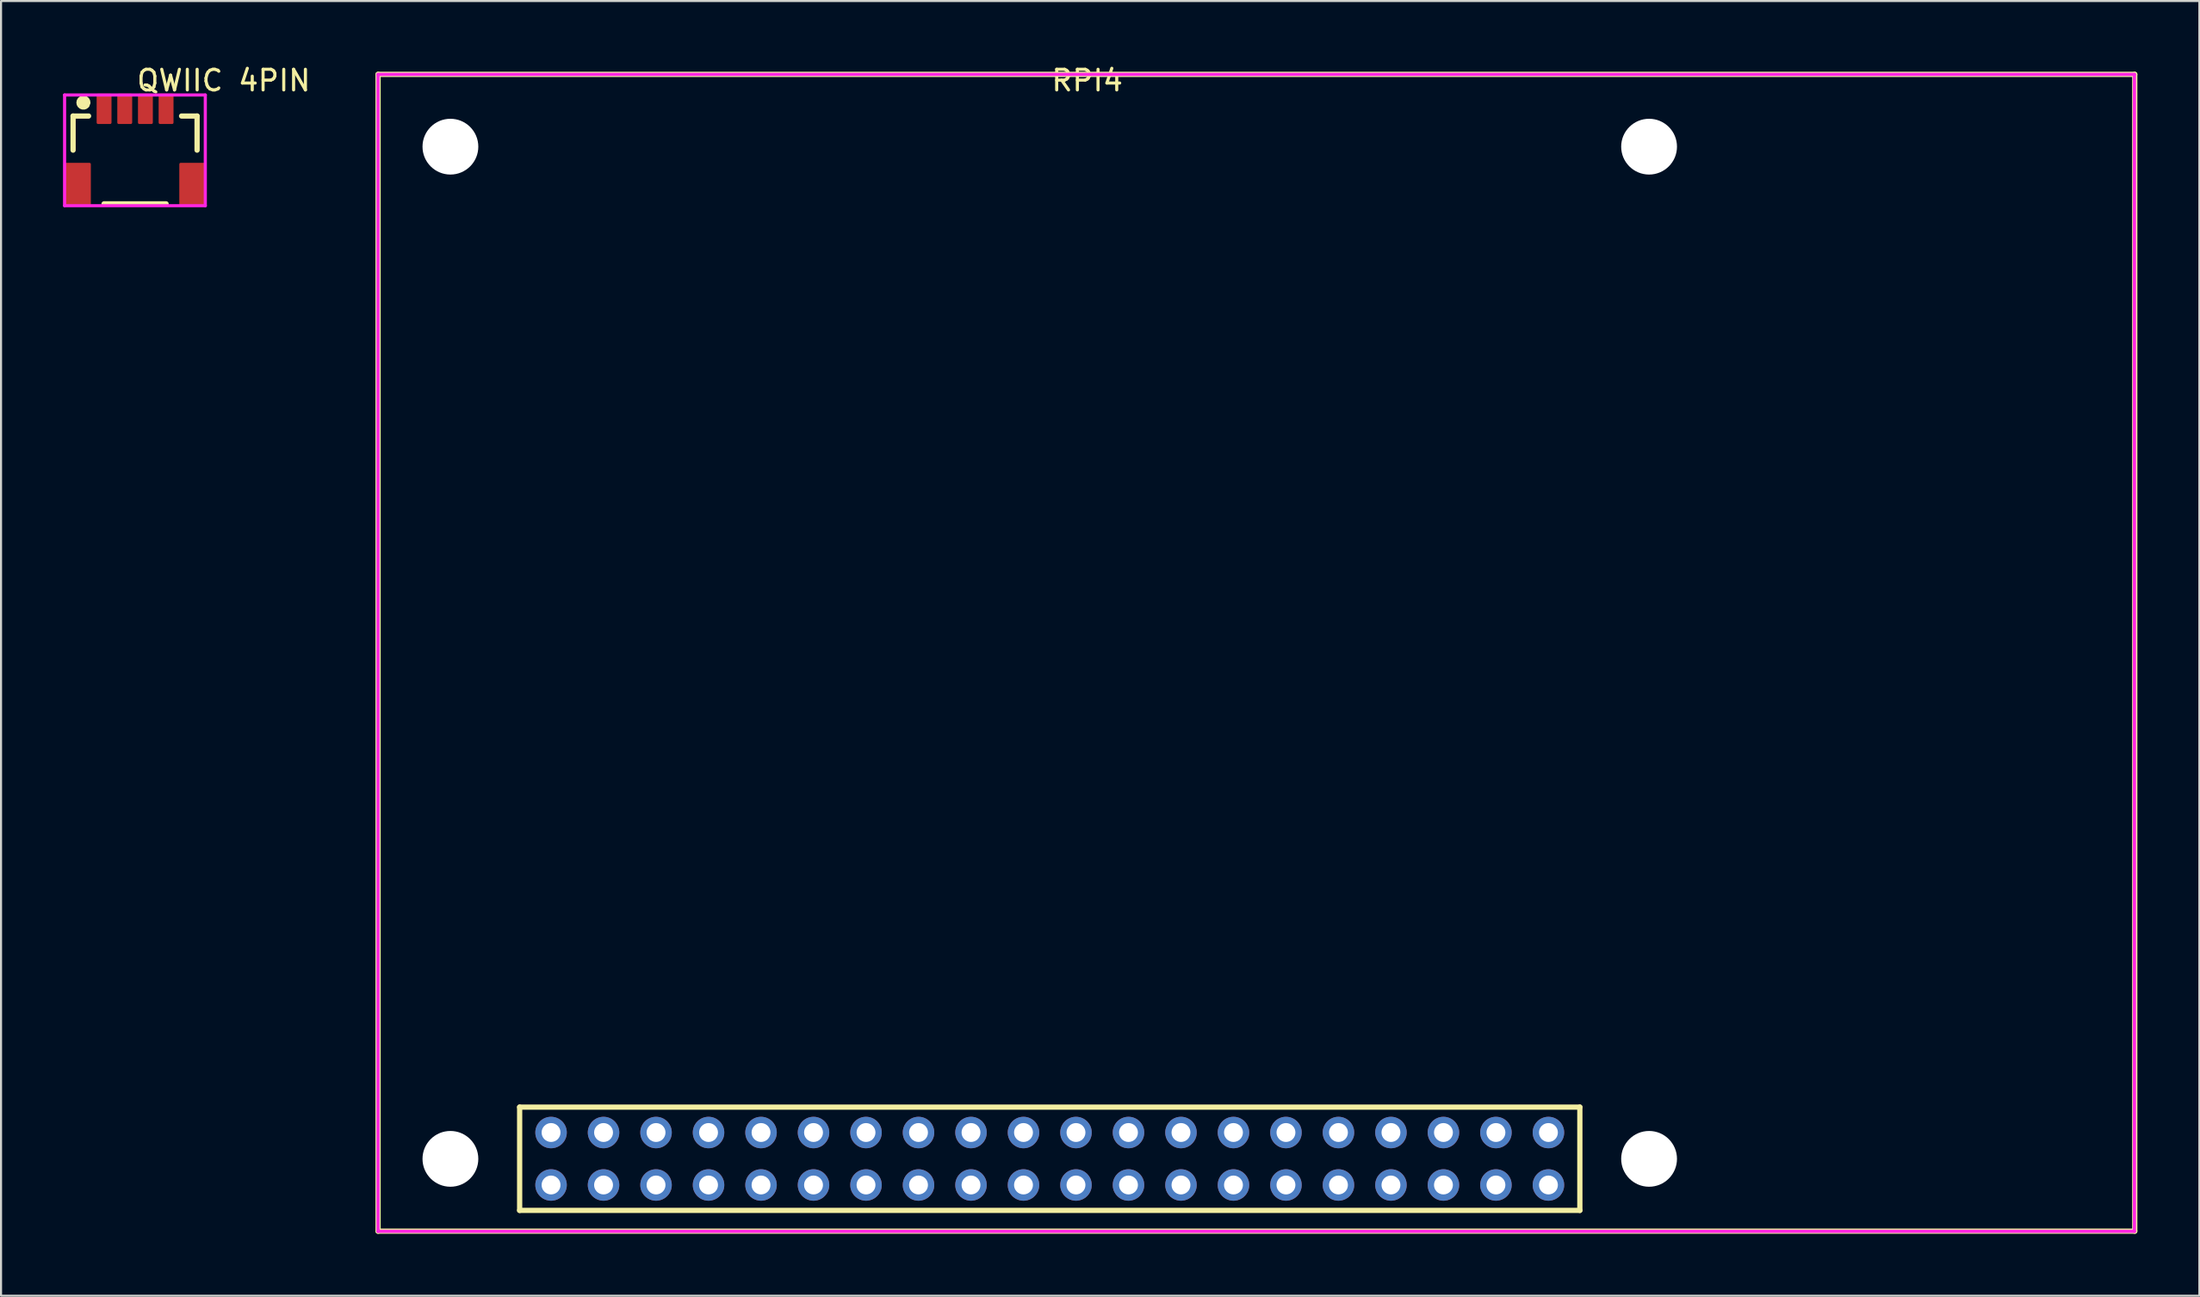
<source format=kicad_pcb>
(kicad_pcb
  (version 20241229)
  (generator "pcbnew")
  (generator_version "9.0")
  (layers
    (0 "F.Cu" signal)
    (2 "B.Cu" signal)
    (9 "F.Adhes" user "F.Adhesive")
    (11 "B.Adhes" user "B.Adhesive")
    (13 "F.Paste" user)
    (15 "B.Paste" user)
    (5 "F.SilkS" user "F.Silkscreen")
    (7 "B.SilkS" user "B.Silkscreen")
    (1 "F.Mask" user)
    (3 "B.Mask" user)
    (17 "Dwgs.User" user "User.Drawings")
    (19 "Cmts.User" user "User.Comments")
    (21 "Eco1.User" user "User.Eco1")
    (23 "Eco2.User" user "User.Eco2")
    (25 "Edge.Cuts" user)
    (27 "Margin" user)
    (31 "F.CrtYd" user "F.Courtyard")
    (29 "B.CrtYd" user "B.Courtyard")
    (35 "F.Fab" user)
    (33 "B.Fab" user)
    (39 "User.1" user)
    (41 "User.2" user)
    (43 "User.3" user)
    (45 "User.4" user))
  (footprint "RPI4"
    (layer "F.Cu")
    (at 47.744 4.055)
    (property "Reference" "RPI4" (at 0 -3.207 0) (layer "F.SilkS") (effects (font (size 1 1) (thickness 0.15)) (justify left)))
    (attr through_hole)
    (fp_line (start -32.5 -3.505) (end 52.5 -3.505) (stroke (width 0.254) (type solid)) (layer "F.SilkS"))
    (fp_line (start -32.5 52.495) (end -32.5 -3.505) (stroke (width 0.254) (type solid)) (layer "F.SilkS"))
    (fp_line (start -25.65 46.49) (end 25.65 46.49) (stroke (width 0.254) (type solid)) (layer "F.SilkS"))
    (fp_line (start -25.65 51.49) (end -25.65 46.49) (stroke (width 0.254) (type solid)) (layer "F.SilkS"))
    (fp_line (start 25.65 46.49) (end 25.65 51.49) (stroke (width 0.254) (type solid)) (layer "F.SilkS"))
    (fp_line (start 25.65 51.49) (end -25.65 51.49) (stroke (width 0.254) (type solid)) (layer "F.SilkS"))
    (fp_line (start 52.5 -3.505) (end 52.5 52.495) (stroke (width 0.254) (type solid)) (layer "F.SilkS"))
    (fp_line (start 52.5 52.495) (end -32.5 52.495) (stroke (width 0.254) (type solid)) (layer "F.SilkS"))
    (fp_line (start -32.502 -3.503) (end 52.486 -3.503) (stroke (width 0.152) (type solid)) (layer "F.CrtYd"))
    (fp_line (start -32.502 52.504) (end -32.502 -3.503) (stroke (width 0.152) (type solid)) (layer "F.CrtYd"))
    (fp_line (start 52.486 -3.503) (end 52.486 52.504) (stroke (width 0.152) (type solid)) (layer "F.CrtYd"))
    (fp_line (start 52.486 52.504) (end -32.502 52.504) (stroke (width 0.152) (type solid)) (layer "F.CrtYd"))
    (pad "" np_thru_hole circle (at -29 -0.005) (size 2.7 2.7) (drill 2.7) (layers "*.Cu" "*.Mask"))
    (pad "" np_thru_hole circle (at -29 48.995) (size 2.7 2.7) (drill 2.7) (layers "*.Cu" "*.Mask"))
    (pad "" np_thru_hole circle (at 29 -0.005) (size 2.7 2.7) (drill 2.7) (layers "*.Cu" "*.Mask"))
    (pad "" np_thru_hole circle (at 29 48.995) (size 2.7 2.7) (drill 2.7) (layers "*.Cu" "*.Mask"))
    (pad "1" thru_hole circle (at -24.13 47.72) (size 1.524 1.524) (drill 0.914) (layers "*.Cu" "*.Mask"))
    (pad "2" thru_hole circle (at -24.13 50.26) (size 1.524 1.524) (drill 0.914) (layers "*.Cu" "*.Mask"))
    (pad "3" thru_hole circle (at -21.59 47.72) (size 1.524 1.524) (drill 0.914) (layers "*.Cu" "*.Mask"))
    (pad "4" thru_hole circle (at -21.59 50.26) (size 1.524 1.524) (drill 0.914) (layers "*.Cu" "*.Mask"))
    (pad "5" thru_hole circle (at -19.05 47.72) (size 1.524 1.524) (drill 0.914) (layers "*.Cu" "*.Mask"))
    (pad "6" thru_hole circle (at -19.05 50.26) (size 1.524 1.524) (drill 0.914) (layers "*.Cu" "*.Mask"))
    (pad "7" thru_hole circle (at -16.51 47.72) (size 1.524 1.524) (drill 0.914) (layers "*.Cu" "*.Mask"))
    (pad "8" thru_hole circle (at -16.51 50.26) (size 1.524 1.524) (drill 0.914) (layers "*.Cu" "*.Mask"))
    (pad "9" thru_hole circle (at -13.97 47.72) (size 1.524 1.524) (drill 0.914) (layers "*.Cu" "*.Mask"))
    (pad "10" thru_hole circle (at -13.97 50.26) (size 1.524 1.524) (drill 0.914) (layers "*.Cu" "*.Mask"))
    (pad "11" thru_hole circle (at -11.43 47.72) (size 1.524 1.524) (drill 0.914) (layers "*.Cu" "*.Mask"))
    (pad "12" thru_hole circle (at -11.43 50.26) (size 1.524 1.524) (drill 0.914) (layers "*.Cu" "*.Mask"))
    (pad "13" thru_hole circle (at -8.89 47.72) (size 1.524 1.524) (drill 0.914) (layers "*.Cu" "*.Mask"))
    (pad "14" thru_hole circle (at -8.89 50.26) (size 1.524 1.524) (drill 0.914) (layers "*.Cu" "*.Mask"))
    (pad "15" thru_hole circle (at -6.35 47.72) (size 1.524 1.524) (drill 0.914) (layers "*.Cu" "*.Mask"))
    (pad "16" thru_hole circle (at -6.35 50.26) (size 1.524 1.524) (drill 0.914) (layers "*.Cu" "*.Mask"))
    (pad "17" thru_hole circle (at -3.81 47.72) (size 1.524 1.524) (drill 0.914) (layers "*.Cu" "*.Mask"))
    (pad "18" thru_hole circle (at -3.81 50.26) (size 1.524 1.524) (drill 0.914) (layers "*.Cu" "*.Mask"))
    (pad "19" thru_hole circle (at -1.27 47.72) (size 1.524 1.524) (drill 0.914) (layers "*.Cu" "*.Mask"))
    (pad "20" thru_hole circle (at -1.27 50.26) (size 1.524 1.524) (drill 0.914) (layers "*.Cu" "*.Mask"))
    (pad "21" thru_hole circle (at 1.27 47.72) (size 1.524 1.524) (drill 0.914) (layers "*.Cu" "*.Mask"))
    (pad "22" thru_hole circle (at 1.27 50.26) (size 1.524 1.524) (drill 0.914) (layers "*.Cu" "*.Mask"))
    (pad "23" thru_hole circle (at 3.81 47.72) (size 1.524 1.524) (drill 0.914) (layers "*.Cu" "*.Mask"))
    (pad "24" thru_hole circle (at 3.81 50.26) (size 1.524 1.524) (drill 0.914) (layers "*.Cu" "*.Mask"))
    (pad "25" thru_hole circle (at 6.35 47.72) (size 1.524 1.524) (drill 0.914) (layers "*.Cu" "*.Mask"))
    (pad "26" thru_hole circle (at 6.35 50.26) (size 1.524 1.524) (drill 0.914) (layers "*.Cu" "*.Mask"))
    (pad "27" thru_hole circle (at 8.89 47.72) (size 1.524 1.524) (drill 0.914) (layers "*.Cu" "*.Mask"))
    (pad "28" thru_hole circle (at 8.89 50.26) (size 1.524 1.524) (drill 0.914) (layers "*.Cu" "*.Mask"))
    (pad "29" thru_hole circle (at 11.43 47.72) (size 1.524 1.524) (drill 0.914) (layers "*.Cu" "*.Mask"))
    (pad "30" thru_hole circle (at 11.43 50.26) (size 1.524 1.524) (drill 0.914) (layers "*.Cu" "*.Mask"))
    (pad "31" thru_hole circle (at 13.97 47.72) (size 1.524 1.524) (drill 0.914) (layers "*.Cu" "*.Mask"))
    (pad "32" thru_hole circle (at 13.97 50.26) (size 1.524 1.524) (drill 0.914) (layers "*.Cu" "*.Mask"))
    (pad "33" thru_hole circle (at 16.51 47.72) (size 1.524 1.524) (drill 0.914) (layers "*.Cu" "*.Mask"))
    (pad "34" thru_hole circle (at 16.51 50.26) (size 1.524 1.524) (drill 0.914) (layers "*.Cu" "*.Mask"))
    (pad "35" thru_hole circle (at 19.05 47.72) (size 1.524 1.524) (drill 0.914) (layers "*.Cu" "*.Mask"))
    (pad "36" thru_hole circle (at 19.05 50.26) (size 1.524 1.524) (drill 0.914) (layers "*.Cu" "*.Mask"))
    (pad "37" thru_hole circle (at 21.59 47.72) (size 1.524 1.524) (drill 0.914) (layers "*.Cu" "*.Mask"))
    (pad "38" thru_hole circle (at 21.59 50.26) (size 1.524 1.524) (drill 0.914) (layers "*.Cu" "*.Mask"))
    (pad "39" thru_hole circle (at 24.13 47.72) (size 1.524 1.524) (drill 0.914) (layers "*.Cu" "*.Mask"))
    (pad "40" thru_hole circle (at 24.13 50.26) (size 1.524 1.524) (drill 0.914) (layers "*.Cu" "*.Mask")))
  (footprint "QWIIC 4PIN"
    (layer "F.Cu")
    (at 3.486 4.055)
    (property "Reference" "QWIIC 4PIN" (at 0 -3.207 0) (layer "F.SilkS") (effects (font (size 1 1) (thickness 0.15)) (justify left)))
    (attr through_hole)
    (fp_line (start -3 -1.488) (end -2.25 -1.488) (stroke (width 0.254) (type solid)) (layer "F.SilkS"))
    (fp_line (start -3 0.163) (end -3 -1.488) (stroke (width 0.254) (type solid)) (layer "F.SilkS"))
    (fp_line (start -1.5 2.763) (end 1.5 2.763) (stroke (width 0.254) (type solid)) (layer "F.SilkS"))
    (fp_line (start 2.25 -1.488) (end 3 -1.488) (stroke (width 0.254) (type solid)) (layer "F.SilkS"))
    (fp_line (start 3 -1.488) (end 3 0.163) (stroke (width 0.254) (type solid)) (layer "F.SilkS"))
    (fp_arc (start -2.393 -2.045) (mid -2.632764 -2.187717) (end -2.358233 -2.137843) (stroke (width 0.4) (type solid)) (layer "F.SilkS"))
    (fp_line (start -3.41 -2.506) (end 3.398 -2.506) (stroke (width 0.152) (type solid)) (layer "F.CrtYd"))
    (fp_line (start -3.41 2.853) (end -3.41 -2.506) (stroke (width 0.152) (type solid)) (layer "F.CrtYd"))
    (fp_line (start 3.398 -2.506) (end 3.398 2.853) (stroke (width 0.152) (type solid)) (layer "F.CrtYd"))
    (fp_line (start 3.398 2.853) (end -3.41 2.853) (stroke (width 0.152) (type solid)) (layer "F.CrtYd"))
    (pad "1" smd custom (at -1.5 -1.837) (size 0.102 0.102) (layers "F.Cu" "F.Mask" "F.Paste") (options (anchor circle)) (primitives (gr_poly (pts (xy -0.3 -0.675) (xy 0.3 -0.675) (xy 0.3 0.675) (xy -0.3 0.675)) (width 0.12) (fill yes))))
    (pad "2" smd custom (at -0.5 -1.837) (size 0.102 0.102) (layers "F.Cu" "F.Mask" "F.Paste") (options (anchor circle)) (primitives (gr_poly (pts (xy -0.3 -0.675) (xy 0.3 -0.675) (xy 0.3 0.675) (xy -0.3 0.675)) (width 0.12) (fill yes))))
    (pad "3" smd custom (at 0.5 -1.837) (size 0.102 0.102) (layers "F.Cu" "F.Mask" "F.Paste") (options (anchor circle)) (primitives (gr_poly (pts (xy -0.3 -0.675) (xy 0.3 -0.675) (xy 0.3 0.675) (xy -0.3 0.675)) (width 0.12) (fill yes))))
    (pad "4" smd custom (at 1.5 -1.837) (size 0.102 0.102) (layers "F.Cu" "F.Mask" "F.Paste") (options (anchor circle)) (primitives (gr_poly (pts (xy -0.3 -0.675) (xy 0.3 -0.675) (xy 0.3 0.675) (xy -0.3 0.675)) (width 0.12) (fill yes))))
    (pad "NC1" smd custom (at 2.8 1.837) (size 0.102 0.102) (layers "F.Cu" "F.Mask" "F.Paste") (options (anchor circle)) (primitives (gr_poly (pts (xy -0.6 -1) (xy 0.6 -1) (xy 0.6 1) (xy -0.6 1)) (width 0.12) (fill yes))))
    (pad "NC2" smd custom (at -2.8 1.837) (size 0.102 0.102) (layers "F.Cu" "F.Mask" "F.Paste") (options (anchor circle)) (primitives (gr_poly (pts (xy -0.6 -1) (xy 0.6 -1) (xy 0.6 1) (xy -0.6 1)) (width 0.12) (fill yes)))))
  (gr_rect
    (start -3 -3)
    (end 103.371 59.677)
    (stroke (width 0.1) (type default))
    (fill no)
    (layer "Edge.Cuts")))
</source>
